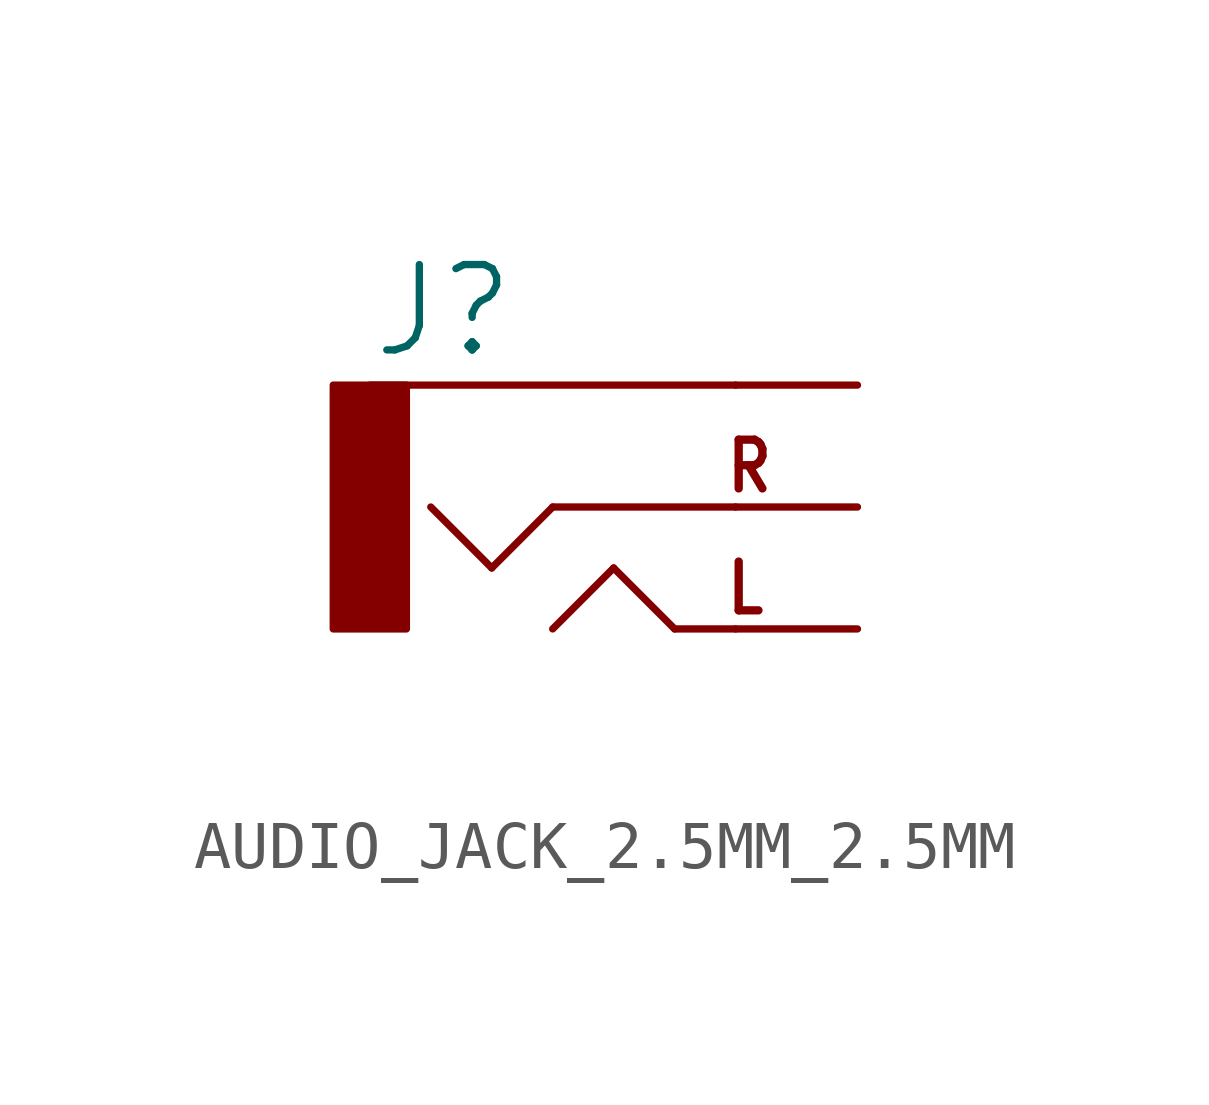
<source format=kicad_sym>
(kicad_symbol_lib
  (version 20231120)
  (generator "kicad_symbol_editor")
  (generator_version "8.0")
  (symbol "AUDIO_JACK_2.5MM_2.5MM"
    (property "Reference" "J"
      (at -5.08 3.048 0)
      (effects (font (size 1.778 1.778)) (justify left bottom)))
    (property "Value" ""
      (at -5.08 -5.08 0)
      (effects (font (size 1.778 1.778)) (justify left bottom)))
    (property "ki_locked" ""
      (at 0 0 0)
      (effects (font (size 1.27 1.27))))
    (symbol "AUDIO_JACK_2.5MM_2.5MM_1_0"
      (rectangle (start -5.842 2.54) (end -4.318 -2.54) (stroke (width 0) (type default)) (fill (type outline)))
      (polyline (pts (xy -2.54 -1.27) (xy -3.81 0)) (stroke (width 0.152) (type solid)) (fill (type none)))
      (polyline (pts (xy -1.27 -2.54) (xy 0 -1.27)) (stroke (width 0.152) (type solid)) (fill (type none)))
      (polyline (pts (xy -1.27 0) (xy -2.54 -1.27)) (stroke (width 0.152) (type solid)) (fill (type none)))
      (polyline (pts (xy 0 -1.27) (xy 1.27 -2.54)) (stroke (width 0.152) (type solid)) (fill (type none)))
      (polyline (pts (xy 1.27 -2.54) (xy 2.54 -2.54)) (stroke (width 0.152) (type solid)) (fill (type none)))
      (polyline (pts (xy 2.54 0) (xy -1.27 0)) (stroke (width 0.152) (type solid)) (fill (type none)))
      (polyline (pts (xy 2.54 2.54) (xy -5.08 2.54)) (stroke (width 0.152) (type solid)) (fill (type none)))
      (text "L" (at 2.286 -2.286 0) (effects (font (size 1.016 0.864) (thickness 0.173) (bold yes)) (justify left bottom)))
      (text "R" (at 2.286 0.254 0) (effects (font (size 1.016 0.864) (thickness 0.173) (bold yes)) (justify left bottom)))
      (pin bidirectional line (at 5.08 2.54 180) (length 2.54) (name "SLEEVE" (effects (font (size 0 0)))) (number "RING1" (effects (font (size 0 0)))))
      (pin bidirectional line (at 5.08 -2.54 180) (length 2.54) (name "LEFT" (effects (font (size 0 0)))) (number "SHIELD" (effects (font (size 0 0)))))
      (pin bidirectional line (at 5.08 0 180) (length 2.54) (name "RIGHT" (effects (font (size 0 0)))) (number "TIP" (effects (font (size 0 0))))))))
</source>
